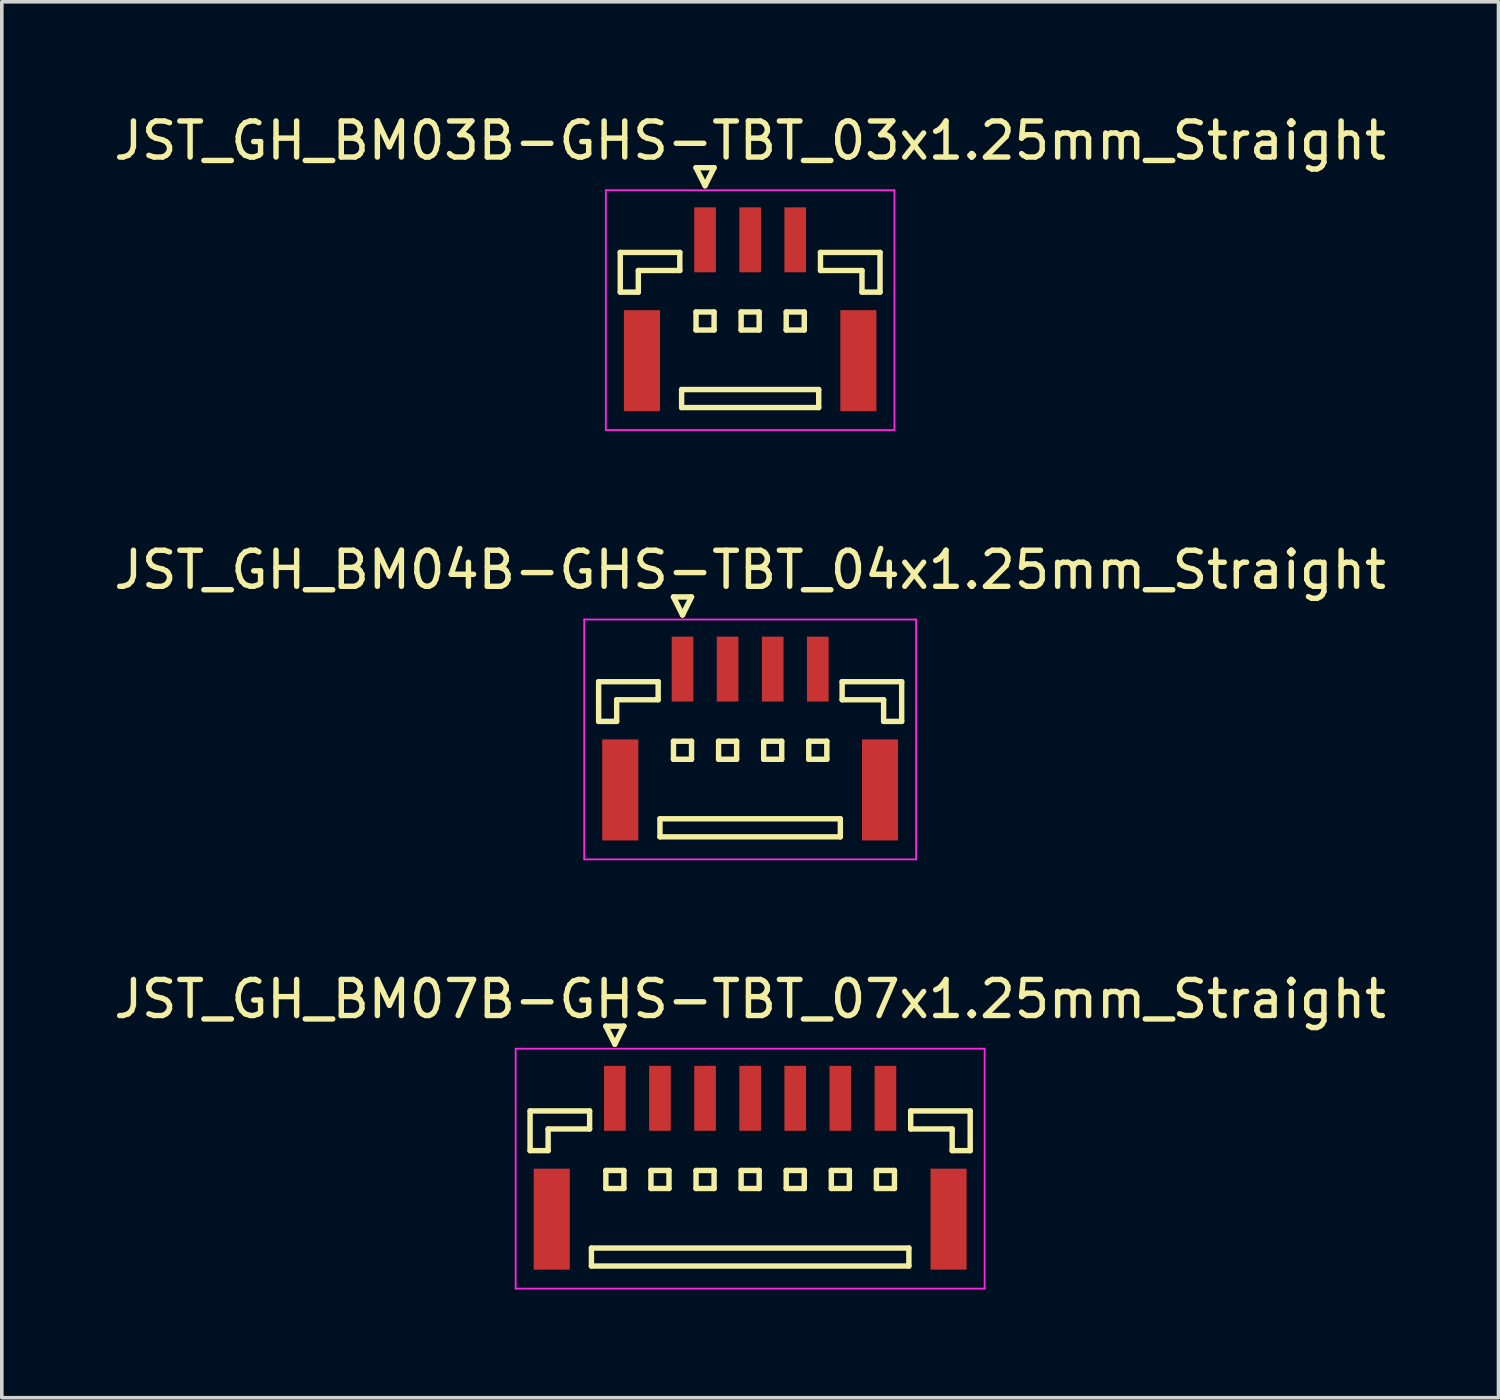
<source format=kicad_pcb>
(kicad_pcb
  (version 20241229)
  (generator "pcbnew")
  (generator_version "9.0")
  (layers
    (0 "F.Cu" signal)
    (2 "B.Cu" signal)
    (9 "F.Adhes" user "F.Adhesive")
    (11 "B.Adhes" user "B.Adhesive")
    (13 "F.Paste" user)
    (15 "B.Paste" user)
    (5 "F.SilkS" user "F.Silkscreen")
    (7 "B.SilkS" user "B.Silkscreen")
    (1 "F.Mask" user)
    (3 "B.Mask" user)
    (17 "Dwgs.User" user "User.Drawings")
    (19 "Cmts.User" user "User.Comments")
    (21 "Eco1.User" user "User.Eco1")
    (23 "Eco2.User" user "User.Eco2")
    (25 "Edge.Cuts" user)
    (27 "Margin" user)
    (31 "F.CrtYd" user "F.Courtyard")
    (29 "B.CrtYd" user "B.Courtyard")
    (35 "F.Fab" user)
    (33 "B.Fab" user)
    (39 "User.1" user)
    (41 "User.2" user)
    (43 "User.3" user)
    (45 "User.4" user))
  (footprint "JST_GH_BM04B-GHS-TBT_04x1.25mm_Straight"
    (layer "F.Cu")
    (at 17.744 17.172)
    (property "Reference" "JST_GH_BM04B-GHS-TBT_04x1.25mm_Straight" (at 0 -4.425 0) (layer "F.SilkS") (effects (font (size 1 1) (thickness 0.15))))
    (attr smd)
    (fp_line (start -4.2 -1.325) (end -2.55 -1.325) (stroke (width 0.15) (type solid)) (layer "F.SilkS"))
    (fp_line (start -4.2 -0.225) (end -4.2 -1.325) (stroke (width 0.15) (type solid)) (layer "F.SilkS"))
    (fp_line (start -3.7 -0.825) (end -3.7 -0.225) (stroke (width 0.15) (type solid)) (layer "F.SilkS"))
    (fp_line (start -3.7 -0.225) (end -4.2 -0.225) (stroke (width 0.15) (type solid)) (layer "F.SilkS"))
    (fp_line (start -2.55 -1.325) (end -2.55 -0.825) (stroke (width 0.15) (type solid)) (layer "F.SilkS"))
    (fp_line (start -2.55 -0.825) (end -3.7 -0.825) (stroke (width 0.15) (type solid)) (layer "F.SilkS"))
    (fp_line (start -2.5 2.475) (end -2.5 2.975) (stroke (width 0.15) (type solid)) (layer "F.SilkS"))
    (fp_line (start -2.5 2.975) (end 2.5 2.975) (stroke (width 0.15) (type solid)) (layer "F.SilkS"))
    (fp_line (start -2.125 -3.675) (end -1.625 -3.675) (stroke (width 0.15) (type solid)) (layer "F.SilkS"))
    (fp_line (start -2.125 0.325) (end -2.125 0.825) (stroke (width 0.15) (type solid)) (layer "F.SilkS"))
    (fp_line (start -2.125 0.825) (end -1.625 0.825) (stroke (width 0.15) (type solid)) (layer "F.SilkS"))
    (fp_line (start -1.875 -3.175) (end -2.125 -3.675) (stroke (width 0.15) (type solid)) (layer "F.SilkS"))
    (fp_line (start -1.625 -3.675) (end -1.875 -3.175) (stroke (width 0.15) (type solid)) (layer "F.SilkS"))
    (fp_line (start -1.625 0.325) (end -2.125 0.325) (stroke (width 0.15) (type solid)) (layer "F.SilkS"))
    (fp_line (start -1.625 0.825) (end -1.625 0.325) (stroke (width 0.15) (type solid)) (layer "F.SilkS"))
    (fp_line (start -0.875 0.325) (end -0.875 0.825) (stroke (width 0.15) (type solid)) (layer "F.SilkS"))
    (fp_line (start -0.875 0.825) (end -0.375 0.825) (stroke (width 0.15) (type solid)) (layer "F.SilkS"))
    (fp_line (start -0.375 0.325) (end -0.875 0.325) (stroke (width 0.15) (type solid)) (layer "F.SilkS"))
    (fp_line (start -0.375 0.825) (end -0.375 0.325) (stroke (width 0.15) (type solid)) (layer "F.SilkS"))
    (fp_line (start 0.375 0.325) (end 0.375 0.825) (stroke (width 0.15) (type solid)) (layer "F.SilkS"))
    (fp_line (start 0.375 0.825) (end 0.875 0.825) (stroke (width 0.15) (type solid)) (layer "F.SilkS"))
    (fp_line (start 0.875 0.325) (end 0.375 0.325) (stroke (width 0.15) (type solid)) (layer "F.SilkS"))
    (fp_line (start 0.875 0.825) (end 0.875 0.325) (stroke (width 0.15) (type solid)) (layer "F.SilkS"))
    (fp_line (start 1.625 0.325) (end 1.625 0.825) (stroke (width 0.15) (type solid)) (layer "F.SilkS"))
    (fp_line (start 1.625 0.825) (end 2.125 0.825) (stroke (width 0.15) (type solid)) (layer "F.SilkS"))
    (fp_line (start 2.125 0.325) (end 1.625 0.325) (stroke (width 0.15) (type solid)) (layer "F.SilkS"))
    (fp_line (start 2.125 0.825) (end 2.125 0.325) (stroke (width 0.15) (type solid)) (layer "F.SilkS"))
    (fp_line (start 2.5 2.475) (end -2.5 2.475) (stroke (width 0.15) (type solid)) (layer "F.SilkS"))
    (fp_line (start 2.5 2.975) (end 2.5 2.475) (stroke (width 0.15) (type solid)) (layer "F.SilkS"))
    (fp_line (start 2.55 -1.325) (end 2.55 -0.825) (stroke (width 0.15) (type solid)) (layer "F.SilkS"))
    (fp_line (start 2.55 -0.825) (end 3.7 -0.825) (stroke (width 0.15) (type solid)) (layer "F.SilkS"))
    (fp_line (start 3.7 -0.825) (end 3.7 -0.225) (stroke (width 0.15) (type solid)) (layer "F.SilkS"))
    (fp_line (start 3.7 -0.225) (end 4.2 -0.225) (stroke (width 0.15) (type solid)) (layer "F.SilkS"))
    (fp_line (start 4.2 -1.325) (end 2.55 -1.325) (stroke (width 0.15) (type solid)) (layer "F.SilkS"))
    (fp_line (start 4.2 -0.225) (end 4.2 -1.325) (stroke (width 0.15) (type solid)) (layer "F.SilkS"))
    (fp_line (start -4.6 -3.05) (end -4.6 3.6) (stroke (width 0.05) (type solid)) (layer "F.CrtYd"))
    (fp_line (start -4.6 3.6) (end 4.6 3.6) (stroke (width 0.05) (type solid)) (layer "F.CrtYd"))
    (fp_line (start 4.6 -3.05) (end -4.6 -3.05) (stroke (width 0.05) (type solid)) (layer "F.CrtYd"))
    (fp_line (start 4.6 3.6) (end 4.6 -3.05) (stroke (width 0.05) (type solid)) (layer "F.CrtYd"))
    (pad "" smd rect (at -3.6 1.675) (size 1 2.8) (layers "F.Cu" "F.Mask" "F.Paste"))
    (pad "" smd rect (at 3.6 1.675) (size 1 2.8) (layers "F.Cu" "F.Mask" "F.Paste"))
    (pad "1" smd rect (at -1.875 -1.675) (size 0.6 1.8) (layers "F.Cu" "F.Mask" "F.Paste"))
    (pad "2" smd rect (at -0.625 -1.675) (size 0.6 1.8) (layers "F.Cu" "F.Mask" "F.Paste"))
    (pad "3" smd rect (at 0.625 -1.675) (size 0.6 1.8) (layers "F.Cu" "F.Mask" "F.Paste"))
    (pad "4" smd rect (at 1.875 -1.675) (size 0.6 1.8) (layers "F.Cu" "F.Mask" "F.Paste")))
  (footprint "JST_GH_BM03B-GHS-TBT_03x1.25mm_Straight"
    (layer "F.Cu")
    (at 17.744 5.273)
    (property "Reference" "JST_GH_BM03B-GHS-TBT_03x1.25mm_Straight" (at 0 -4.425 0) (layer "F.SilkS") (effects (font (size 1 1) (thickness 0.15))))
    (attr smd)
    (fp_line (start -3.6 -1.325) (end -1.95 -1.325) (stroke (width 0.15) (type solid)) (layer "F.SilkS"))
    (fp_line (start -3.6 -0.225) (end -3.6 -1.325) (stroke (width 0.15) (type solid)) (layer "F.SilkS"))
    (fp_line (start -3.1 -0.825) (end -3.1 -0.225) (stroke (width 0.15) (type solid)) (layer "F.SilkS"))
    (fp_line (start -3.1 -0.225) (end -3.6 -0.225) (stroke (width 0.15) (type solid)) (layer "F.SilkS"))
    (fp_line (start -1.95 -1.325) (end -1.95 -0.825) (stroke (width 0.15) (type solid)) (layer "F.SilkS"))
    (fp_line (start -1.95 -0.825) (end -3.1 -0.825) (stroke (width 0.15) (type solid)) (layer "F.SilkS"))
    (fp_line (start -1.9 2.475) (end -1.9 2.975) (stroke (width 0.15) (type solid)) (layer "F.SilkS"))
    (fp_line (start -1.9 2.975) (end 1.9 2.975) (stroke (width 0.15) (type solid)) (layer "F.SilkS"))
    (fp_line (start -1.5 -3.675) (end -1 -3.675) (stroke (width 0.15) (type solid)) (layer "F.SilkS"))
    (fp_line (start -1.5 0.325) (end -1.5 0.825) (stroke (width 0.15) (type solid)) (layer "F.SilkS"))
    (fp_line (start -1.5 0.825) (end -1 0.825) (stroke (width 0.15) (type solid)) (layer "F.SilkS"))
    (fp_line (start -1.25 -3.175) (end -1.5 -3.675) (stroke (width 0.15) (type solid)) (layer "F.SilkS"))
    (fp_line (start -1 -3.675) (end -1.25 -3.175) (stroke (width 0.15) (type solid)) (layer "F.SilkS"))
    (fp_line (start -1 0.325) (end -1.5 0.325) (stroke (width 0.15) (type solid)) (layer "F.SilkS"))
    (fp_line (start -1 0.825) (end -1 0.325) (stroke (width 0.15) (type solid)) (layer "F.SilkS"))
    (fp_line (start -0.25 0.325) (end -0.25 0.825) (stroke (width 0.15) (type solid)) (layer "F.SilkS"))
    (fp_line (start -0.25 0.825) (end 0.25 0.825) (stroke (width 0.15) (type solid)) (layer "F.SilkS"))
    (fp_line (start 0.25 0.325) (end -0.25 0.325) (stroke (width 0.15) (type solid)) (layer "F.SilkS"))
    (fp_line (start 0.25 0.825) (end 0.25 0.325) (stroke (width 0.15) (type solid)) (layer "F.SilkS"))
    (fp_line (start 1 0.325) (end 1 0.825) (stroke (width 0.15) (type solid)) (layer "F.SilkS"))
    (fp_line (start 1 0.825) (end 1.5 0.825) (stroke (width 0.15) (type solid)) (layer "F.SilkS"))
    (fp_line (start 1.5 0.325) (end 1 0.325) (stroke (width 0.15) (type solid)) (layer "F.SilkS"))
    (fp_line (start 1.5 0.825) (end 1.5 0.325) (stroke (width 0.15) (type solid)) (layer "F.SilkS"))
    (fp_line (start 1.9 2.475) (end -1.9 2.475) (stroke (width 0.15) (type solid)) (layer "F.SilkS"))
    (fp_line (start 1.9 2.975) (end 1.9 2.475) (stroke (width 0.15) (type solid)) (layer "F.SilkS"))
    (fp_line (start 1.95 -1.325) (end 1.95 -0.825) (stroke (width 0.15) (type solid)) (layer "F.SilkS"))
    (fp_line (start 1.95 -0.825) (end 3.1 -0.825) (stroke (width 0.15) (type solid)) (layer "F.SilkS"))
    (fp_line (start 3.1 -0.825) (end 3.1 -0.225) (stroke (width 0.15) (type solid)) (layer "F.SilkS"))
    (fp_line (start 3.1 -0.225) (end 3.6 -0.225) (stroke (width 0.15) (type solid)) (layer "F.SilkS"))
    (fp_line (start 3.6 -1.325) (end 1.95 -1.325) (stroke (width 0.15) (type solid)) (layer "F.SilkS"))
    (fp_line (start 3.6 -0.225) (end 3.6 -1.325) (stroke (width 0.15) (type solid)) (layer "F.SilkS"))
    (fp_line (start -4 -3.05) (end -4 3.6) (stroke (width 0.05) (type solid)) (layer "F.CrtYd"))
    (fp_line (start -4 3.6) (end 4 3.6) (stroke (width 0.05) (type solid)) (layer "F.CrtYd"))
    (fp_line (start 4 -3.05) (end -4 -3.05) (stroke (width 0.05) (type solid)) (layer "F.CrtYd"))
    (fp_line (start 4 3.6) (end 4 -3.05) (stroke (width 0.05) (type solid)) (layer "F.CrtYd"))
    (pad "" smd rect (at -3 1.675) (size 1 2.8) (layers "F.Cu" "F.Mask" "F.Paste"))
    (pad "" smd rect (at 3 1.675) (size 1 2.8) (layers "F.Cu" "F.Mask" "F.Paste"))
    (pad "1" smd rect (at -1.25 -1.675) (size 0.6 1.8) (layers "F.Cu" "F.Mask" "F.Paste"))
    (pad "2" smd rect (at 0 -1.675) (size 0.6 1.8) (layers "F.Cu" "F.Mask" "F.Paste"))
    (pad "3" smd rect (at 1.25 -1.675) (size 0.6 1.8) (layers "F.Cu" "F.Mask" "F.Paste")))
  (footprint "JST_GH_BM07B-GHS-TBT_07x1.25mm_Straight"
    (layer "F.Cu")
    (at 17.744 29.07)
    (property "Reference" "JST_GH_BM07B-GHS-TBT_07x1.25mm_Straight" (at 0 -4.425 0) (layer "F.SilkS") (effects (font (size 1 1) (thickness 0.15))))
    (attr smd)
    (fp_line (start -6.1 -1.325) (end -4.45 -1.325) (stroke (width 0.15) (type solid)) (layer "F.SilkS"))
    (fp_line (start -6.1 -0.225) (end -6.1 -1.325) (stroke (width 0.15) (type solid)) (layer "F.SilkS"))
    (fp_line (start -5.6 -0.825) (end -5.6 -0.225) (stroke (width 0.15) (type solid)) (layer "F.SilkS"))
    (fp_line (start -5.6 -0.225) (end -6.1 -0.225) (stroke (width 0.15) (type solid)) (layer "F.SilkS"))
    (fp_line (start -4.45 -1.325) (end -4.45 -0.825) (stroke (width 0.15) (type solid)) (layer "F.SilkS"))
    (fp_line (start -4.45 -0.825) (end -5.6 -0.825) (stroke (width 0.15) (type solid)) (layer "F.SilkS"))
    (fp_line (start -4.4 2.475) (end -4.4 2.975) (stroke (width 0.15) (type solid)) (layer "F.SilkS"))
    (fp_line (start -4.4 2.975) (end 4.4 2.975) (stroke (width 0.15) (type solid)) (layer "F.SilkS"))
    (fp_line (start -4 -3.675) (end -3.5 -3.675) (stroke (width 0.15) (type solid)) (layer "F.SilkS"))
    (fp_line (start -4 0.325) (end -4 0.825) (stroke (width 0.15) (type solid)) (layer "F.SilkS"))
    (fp_line (start -4 0.825) (end -3.5 0.825) (stroke (width 0.15) (type solid)) (layer "F.SilkS"))
    (fp_line (start -3.75 -3.175) (end -4 -3.675) (stroke (width 0.15) (type solid)) (layer "F.SilkS"))
    (fp_line (start -3.5 -3.675) (end -3.75 -3.175) (stroke (width 0.15) (type solid)) (layer "F.SilkS"))
    (fp_line (start -3.5 0.325) (end -4 0.325) (stroke (width 0.15) (type solid)) (layer "F.SilkS"))
    (fp_line (start -3.5 0.825) (end -3.5 0.325) (stroke (width 0.15) (type solid)) (layer "F.SilkS"))
    (fp_line (start -2.75 0.325) (end -2.75 0.825) (stroke (width 0.15) (type solid)) (layer "F.SilkS"))
    (fp_line (start -2.75 0.825) (end -2.25 0.825) (stroke (width 0.15) (type solid)) (layer "F.SilkS"))
    (fp_line (start -2.25 0.325) (end -2.75 0.325) (stroke (width 0.15) (type solid)) (layer "F.SilkS"))
    (fp_line (start -2.25 0.825) (end -2.25 0.325) (stroke (width 0.15) (type solid)) (layer "F.SilkS"))
    (fp_line (start -1.5 0.325) (end -1.5 0.825) (stroke (width 0.15) (type solid)) (layer "F.SilkS"))
    (fp_line (start -1.5 0.825) (end -1 0.825) (stroke (width 0.15) (type solid)) (layer "F.SilkS"))
    (fp_line (start -1 0.325) (end -1.5 0.325) (stroke (width 0.15) (type solid)) (layer "F.SilkS"))
    (fp_line (start -1 0.825) (end -1 0.325) (stroke (width 0.15) (type solid)) (layer "F.SilkS"))
    (fp_line (start -0.25 0.325) (end -0.25 0.825) (stroke (width 0.15) (type solid)) (layer "F.SilkS"))
    (fp_line (start -0.25 0.825) (end 0.25 0.825) (stroke (width 0.15) (type solid)) (layer "F.SilkS"))
    (fp_line (start 0.25 0.325) (end -0.25 0.325) (stroke (width 0.15) (type solid)) (layer "F.SilkS"))
    (fp_line (start 0.25 0.825) (end 0.25 0.325) (stroke (width 0.15) (type solid)) (layer "F.SilkS"))
    (fp_line (start 1 0.325) (end 1 0.825) (stroke (width 0.15) (type solid)) (layer "F.SilkS"))
    (fp_line (start 1 0.825) (end 1.5 0.825) (stroke (width 0.15) (type solid)) (layer "F.SilkS"))
    (fp_line (start 1.5 0.325) (end 1 0.325) (stroke (width 0.15) (type solid)) (layer "F.SilkS"))
    (fp_line (start 1.5 0.825) (end 1.5 0.325) (stroke (width 0.15) (type solid)) (layer "F.SilkS"))
    (fp_line (start 2.25 0.325) (end 2.25 0.825) (stroke (width 0.15) (type solid)) (layer "F.SilkS"))
    (fp_line (start 2.25 0.825) (end 2.75 0.825) (stroke (width 0.15) (type solid)) (layer "F.SilkS"))
    (fp_line (start 2.75 0.325) (end 2.25 0.325) (stroke (width 0.15) (type solid)) (layer "F.SilkS"))
    (fp_line (start 2.75 0.825) (end 2.75 0.325) (stroke (width 0.15) (type solid)) (layer "F.SilkS"))
    (fp_line (start 3.5 0.325) (end 3.5 0.825) (stroke (width 0.15) (type solid)) (layer "F.SilkS"))
    (fp_line (start 3.5 0.825) (end 4 0.825) (stroke (width 0.15) (type solid)) (layer "F.SilkS"))
    (fp_line (start 4 0.325) (end 3.5 0.325) (stroke (width 0.15) (type solid)) (layer "F.SilkS"))
    (fp_line (start 4 0.825) (end 4 0.325) (stroke (width 0.15) (type solid)) (layer "F.SilkS"))
    (fp_line (start 4.4 2.475) (end -4.4 2.475) (stroke (width 0.15) (type solid)) (layer "F.SilkS"))
    (fp_line (start 4.4 2.975) (end 4.4 2.475) (stroke (width 0.15) (type solid)) (layer "F.SilkS"))
    (fp_line (start 4.45 -1.325) (end 4.45 -0.825) (stroke (width 0.15) (type solid)) (layer "F.SilkS"))
    (fp_line (start 4.45 -0.825) (end 5.6 -0.825) (stroke (width 0.15) (type solid)) (layer "F.SilkS"))
    (fp_line (start 5.6 -0.825) (end 5.6 -0.225) (stroke (width 0.15) (type solid)) (layer "F.SilkS"))
    (fp_line (start 5.6 -0.225) (end 6.1 -0.225) (stroke (width 0.15) (type solid)) (layer "F.SilkS"))
    (fp_line (start 6.1 -1.325) (end 4.45 -1.325) (stroke (width 0.15) (type solid)) (layer "F.SilkS"))
    (fp_line (start 6.1 -0.225) (end 6.1 -1.325) (stroke (width 0.15) (type solid)) (layer "F.SilkS"))
    (fp_line (start -6.5 -3.05) (end -6.5 3.6) (stroke (width 0.05) (type solid)) (layer "F.CrtYd"))
    (fp_line (start -6.5 3.6) (end 6.5 3.6) (stroke (width 0.05) (type solid)) (layer "F.CrtYd"))
    (fp_line (start 6.5 -3.05) (end -6.5 -3.05) (stroke (width 0.05) (type solid)) (layer "F.CrtYd"))
    (fp_line (start 6.5 3.6) (end 6.5 -3.05) (stroke (width 0.05) (type solid)) (layer "F.CrtYd"))
    (pad "" smd rect (at -5.5 1.675) (size 1 2.8) (layers "F.Cu" "F.Mask" "F.Paste"))
    (pad "" smd rect (at 5.5 1.675) (size 1 2.8) (layers "F.Cu" "F.Mask" "F.Paste"))
    (pad "1" smd rect (at -3.75 -1.675) (size 0.6 1.8) (layers "F.Cu" "F.Mask" "F.Paste"))
    (pad "2" smd rect (at -2.5 -1.675) (size 0.6 1.8) (layers "F.Cu" "F.Mask" "F.Paste"))
    (pad "3" smd rect (at -1.25 -1.675) (size 0.6 1.8) (layers "F.Cu" "F.Mask" "F.Paste"))
    (pad "4" smd rect (at 0 -1.675) (size 0.6 1.8) (layers "F.Cu" "F.Mask" "F.Paste"))
    (pad "5" smd rect (at 1.25 -1.675) (size 0.6 1.8) (layers "F.Cu" "F.Mask" "F.Paste"))
    (pad "6" smd rect (at 2.5 -1.675) (size 0.6 1.8) (layers "F.Cu" "F.Mask" "F.Paste"))
    (pad "7" smd rect (at 3.75 -1.675) (size 0.6 1.8) (layers "F.Cu" "F.Mask" "F.Paste")))
  (gr_rect
    (start -3 -3)
    (end 38.488 35.695)
    (stroke (width 0.1) (type default))
    (fill no)
    (layer "Edge.Cuts")))
</source>
